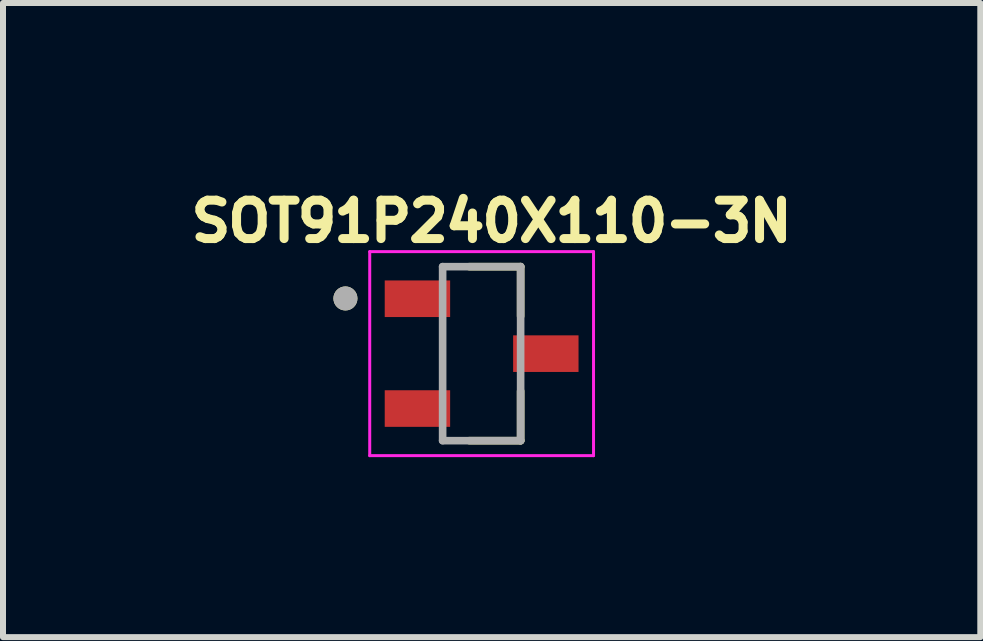
<source format=kicad_pcb>
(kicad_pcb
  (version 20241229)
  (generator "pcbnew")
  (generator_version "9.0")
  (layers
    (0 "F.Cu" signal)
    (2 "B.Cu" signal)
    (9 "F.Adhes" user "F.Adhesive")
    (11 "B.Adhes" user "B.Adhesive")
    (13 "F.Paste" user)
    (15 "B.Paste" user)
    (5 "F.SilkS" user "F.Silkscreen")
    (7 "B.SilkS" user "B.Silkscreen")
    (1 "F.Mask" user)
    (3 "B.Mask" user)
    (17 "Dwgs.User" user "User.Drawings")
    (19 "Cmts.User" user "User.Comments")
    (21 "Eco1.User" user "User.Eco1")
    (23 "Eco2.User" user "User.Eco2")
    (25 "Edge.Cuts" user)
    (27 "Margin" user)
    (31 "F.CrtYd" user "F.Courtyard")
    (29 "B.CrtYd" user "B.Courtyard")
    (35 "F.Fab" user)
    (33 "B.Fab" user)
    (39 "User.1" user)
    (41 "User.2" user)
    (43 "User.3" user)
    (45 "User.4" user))
  (footprint "SOT91P240X110-3N"
    (layer "F.Cu")
    (at 4.977 2.844)
    (property "Reference" "SOT91P240X110-3N" (at 0.167 -2.206 0) (layer "F.SilkS") (effects (font (size 0.64 0.64) (thickness 0.15))))
    (attr smd)
    (fp_line (start -0.205 1.45) (end 0.65 1.45) (stroke (width 0.127) (type solid)) (layer "F.SilkS"))
    (fp_line (start 0.65 -1.45) (end -0.205 -1.45) (stroke (width 0.127) (type solid)) (layer "F.SilkS"))
    (fp_line (start 0.65 -0.625) (end 0.65 -1.45) (stroke (width 0.127) (type solid)) (layer "F.SilkS"))
    (fp_line (start 0.65 1.45) (end 0.65 0.625) (stroke (width 0.127) (type solid)) (layer "F.SilkS"))
    (fp_circle (center -2.27 -0.92) (end -2.17 -0.92) (stroke (width 0.2) (type solid)) (fill no) (layer "F.SilkS"))
    (fp_line (start -1.865 -1.7) (end -1.865 1.7) (stroke (width 0.05) (type solid)) (layer "F.CrtYd"))
    (fp_line (start -1.865 1.7) (end 1.865 1.7) (stroke (width 0.05) (type solid)) (layer "F.CrtYd"))
    (fp_line (start 1.865 -1.7) (end -1.865 -1.7) (stroke (width 0.05) (type solid)) (layer "F.CrtYd"))
    (fp_line (start 1.865 1.7) (end 1.865 -1.7) (stroke (width 0.05) (type solid)) (layer "F.CrtYd"))
    (fp_line (start -0.65 -1.45) (end -0.65 1.45) (stroke (width 0.127) (type solid)) (layer "F.Fab"))
    (fp_line (start -0.65 1.45) (end 0.65 1.45) (stroke (width 0.127) (type solid)) (layer "F.Fab"))
    (fp_line (start 0.65 -1.45) (end -0.65 -1.45) (stroke (width 0.127) (type solid)) (layer "F.Fab"))
    (fp_line (start 0.65 1.45) (end 0.65 -1.45) (stroke (width 0.127) (type solid)) (layer "F.Fab"))
    (fp_circle (center -2.27 -0.92) (end -2.17 -0.92) (stroke (width 0.2) (type solid)) (fill no) (layer "F.Fab"))
    (pad "1" smd rect (at -1.07 -0.915) (size 1.09 0.61) (layers "F.Cu" "F.Mask" "F.Paste"))
    (pad "2" smd rect (at -1.07 0.915) (size 1.09 0.61) (layers "F.Cu" "F.Mask" "F.Paste"))
    (pad "3" smd rect (at 1.07 0) (size 1.09 0.61) (layers "F.Cu" "F.Mask" "F.Paste")))
  (gr_rect
    (start -3 -3)
    (end 13.288 7.569)
    (stroke (width 0.1) (type default))
    (fill no)
    (layer "Edge.Cuts")))
</source>
